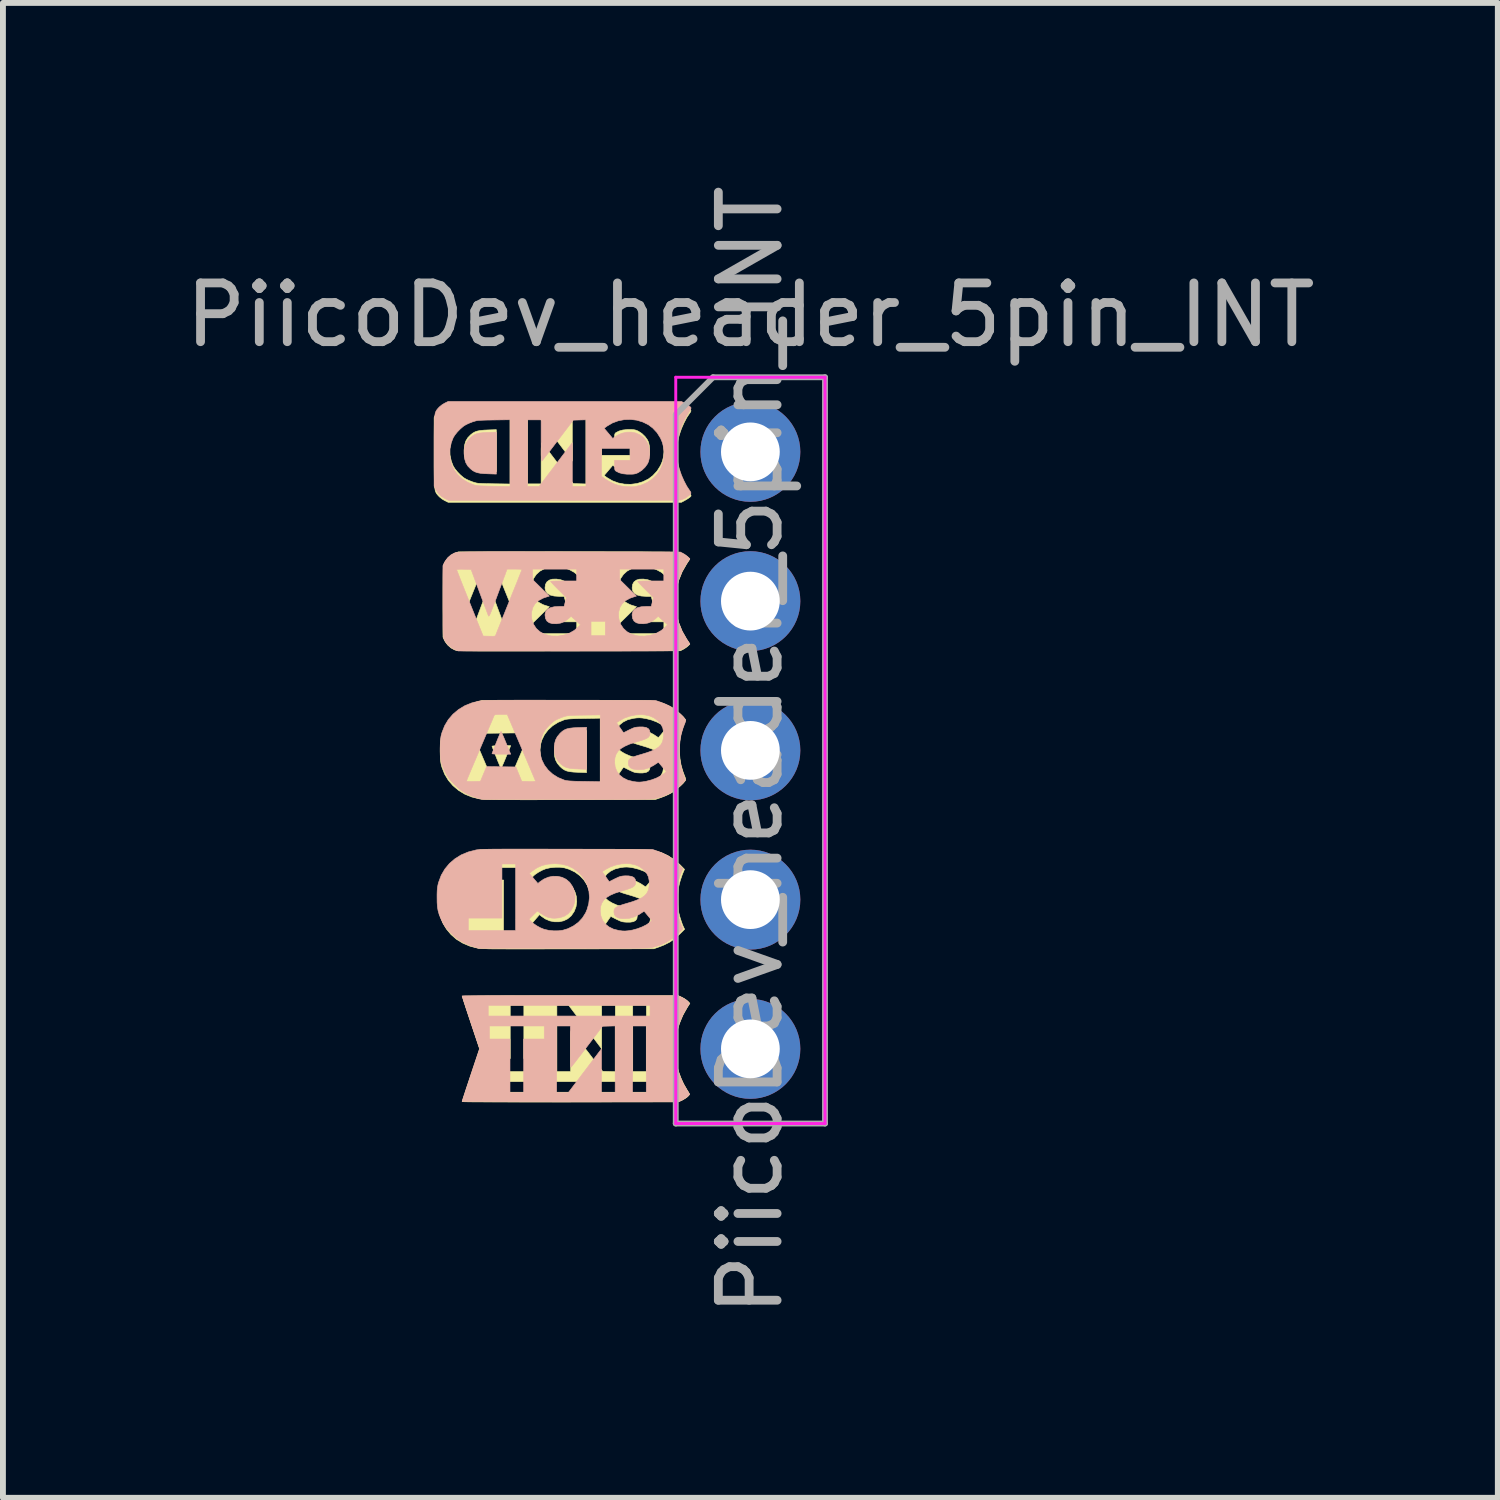
<source format=kicad_pcb>
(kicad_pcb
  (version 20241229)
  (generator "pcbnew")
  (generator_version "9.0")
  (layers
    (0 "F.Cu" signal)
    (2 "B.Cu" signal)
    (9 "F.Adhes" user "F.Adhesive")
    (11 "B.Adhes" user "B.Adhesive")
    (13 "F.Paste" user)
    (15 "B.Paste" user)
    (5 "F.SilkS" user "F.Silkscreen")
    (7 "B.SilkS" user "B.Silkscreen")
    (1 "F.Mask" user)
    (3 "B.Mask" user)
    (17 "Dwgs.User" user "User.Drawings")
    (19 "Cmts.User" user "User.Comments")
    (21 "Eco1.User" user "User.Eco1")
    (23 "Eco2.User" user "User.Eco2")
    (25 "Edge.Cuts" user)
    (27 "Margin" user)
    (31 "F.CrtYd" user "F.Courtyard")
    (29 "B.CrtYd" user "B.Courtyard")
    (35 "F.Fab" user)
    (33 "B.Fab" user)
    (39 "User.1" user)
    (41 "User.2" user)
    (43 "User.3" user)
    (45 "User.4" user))
  (footprint "PiicoDev_header_5pin_INT"
    (layer "F.Cu")
    (at 9.72 4.64)
    (property "Reference" "PiicoDev_header_5pin_INT" (at 0 -2.33 0) (layer "F.Fab") (effects (font (size 1 1) (thickness 0.15))))
    (attr through_hole)
    (fp_poly (pts (xy -4.468 0.331) (xy -4.547 0.327) (xy -4.609 0.32) (xy -4.658 0.309) (xy -4.699 0.292) (xy -4.734 0.269) (xy -4.77 0.237) (xy -4.774 0.233) (xy -4.821 0.178) (xy -4.852 0.119) (xy -4.868 0.053) (xy -4.872 -0.026) (xy -4.871 -0.042) (xy -4.862 -0.121) (xy -4.842 -0.186) (xy -4.808 -0.242) (xy -4.762 -0.289) (xy -4.726 -0.318) (xy -4.689 -0.339) (xy -4.647 -0.354) (xy -4.596 -0.364) (xy -4.532 -0.37) (xy -4.468 -0.373) (xy -4.323 -0.378) (xy -4.323 0.336) (xy -4.468 0.331)) (stroke (width 0.01) (type solid)) (fill yes) (layer "F.SilkS"))
    (fp_poly (pts (xy -2.933 5.453) (xy -3.012 5.449) (xy -3.074 5.442) (xy -3.123 5.431) (xy -3.163 5.414) (xy -3.199 5.391) (xy -3.235 5.359) (xy -3.239 5.355) (xy -3.285 5.3) (xy -3.316 5.241) (xy -3.333 5.175) (xy -3.336 5.096) (xy -3.336 5.079) (xy -3.327 5) (xy -3.307 4.936) (xy -3.273 4.88) (xy -3.227 4.833) (xy -3.191 4.804) (xy -3.154 4.783) (xy -3.112 4.768) (xy -3.061 4.758) (xy -2.997 4.752) (xy -2.933 4.749) (xy -2.788 4.743) (xy -2.788 5.458) (xy -2.933 5.453)) (stroke (width 0.01) (type solid)) (fill yes) (layer "F.SilkS"))
    (fp_poly (pts (xy -4.249 5.378) (xy -4.261 5.351) (xy -4.277 5.312) (xy -4.297 5.265) (xy -4.318 5.212) (xy -4.339 5.159) (xy -4.359 5.109) (xy -4.376 5.065) (xy -4.389 5.032) (xy -4.396 5.012) (xy -4.397 5.009) (xy -4.387 5.006) (xy -4.36 5.003) (xy -4.318 5.001) (xy -4.267 5) (xy -4.238 5) (xy -4.079 5) (xy -4.093 5.034) (xy -4.133 5.132) (xy -4.166 5.211) (xy -4.192 5.274) (xy -4.213 5.322) (xy -4.227 5.355) (xy -4.237 5.377) (xy -4.242 5.388) (xy -4.244 5.389) (xy -4.249 5.378)) (stroke (width 0.01) (type solid)) (fill yes) (layer "F.SilkS"))
    (fp_poly (pts (xy -3.807 11.064) (xy -3.973 11.064) (xy -4.129 11.064) (xy -4.274 11.063) (xy -4.406 11.063) (xy -4.526 11.063) (xy -4.631 11.062) (xy -4.72 11.062) (xy -4.793 11.061) (xy -4.848 11.06) (xy -4.885 11.059) (xy -4.902 11.059) (xy -4.903 11.058) (xy -4.899 11.047) (xy -4.89 11.017) (xy -4.876 10.972) (xy -4.856 10.913) (xy -4.833 10.842) (xy -4.806 10.761) (xy -4.777 10.672) (xy -4.754 10.606) (xy -4.606 10.161) (xy -4.754 9.716) (xy -4.785 9.624) (xy -4.814 9.537) (xy -4.84 9.459) (xy -4.862 9.391) (xy -4.88 9.336) (xy -4.893 9.294) (xy -4.901 9.27) (xy -4.903 9.264) (xy -4.892 9.263) (xy -4.862 9.262) (xy -4.812 9.261) (xy -4.745 9.26) (xy -4.66 9.26) (xy -4.56 9.259) (xy -4.445 9.258) (xy -4.317 9.258) (xy -4.176 9.257) (xy -4.023 9.257) (xy -3.86 9.257) (xy -3.688 9.256) (xy -3.507 9.256) (xy -3.319 9.256) (xy -3.125 9.256) (xy -3.063 9.256) (xy -1.224 9.256) (xy -1.165 9.283) (xy -1.125 9.305) (xy -1.086 9.332) (xy -1.068 9.348) (xy -1.03 9.385) (xy -1.075 9.455) (xy -1.15 9.589) (xy -1.209 9.732) (xy -1.253 9.887) (xy -1.256 9.902) (xy -1.267 9.969) (xy -1.274 10.05) (xy -1.277 10.139) (xy -1.276 10.229) (xy -1.271 10.315) (xy -1.262 10.389) (xy -1.257 10.418) (xy -1.224 10.54) (xy -1.222 10.547) (xy -1.769 10.547) (xy -1.769 9.415) (xy -2.002 9.415) (xy -2.298 9.415) (xy -2.531 9.415) (xy -2.531 10.158) (xy -2.813 9.786) (xy -3.095 9.415) (xy -3.293 9.415) (xy -3.293 10.547) (xy -3.505 10.547) (xy -3.505 10.325) (xy -3.855 10.325) (xy -3.855 9.415) (xy -4.087 9.415) (xy -4.087 10.325) (xy -4.437 10.325) (xy -4.437 10.547) (xy -3.505 10.547) (xy -3.293 10.547) (xy -3.06 10.547) (xy -3.06 10.19) (xy -3.06 10.094) (xy -3.06 10.016) (xy -3.059 9.956) (xy -3.058 9.911) (xy -3.057 9.879) (xy -3.055 9.859) (xy -3.052 9.849) (xy -3.048 9.847) (xy -3.045 9.849) (xy -3.035 9.861) (xy -3.014 9.887) (xy -2.984 9.927) (xy -2.944 9.978) (xy -2.898 10.038) (xy -2.846 10.106) (xy -2.791 10.179) (xy -2.772 10.203) (xy -2.514 10.542) (xy -2.406 10.545) (xy -2.298 10.548) (xy -2.298 9.415) (xy -2.002 9.415) (xy -2.002 10.547) (xy -1.769 10.547) (xy -1.222 10.547) (xy -1.181 10.659) (xy -1.13 10.769) (xy -1.074 10.865) (xy -1.071 10.869) (xy -1.054 10.897) (xy -1.705 10.897) (xy -1.705 10.717) (xy -4.458 10.717) (xy -4.458 10.897) (xy -1.705 10.897) (xy -1.054 10.897) (xy -1.053 10.898) (xy -1.041 10.923) (xy -1.038 10.932) (xy -1.047 10.951) (xy -1.072 10.976) (xy -1.109 11.002) (xy -1.153 11.028) (xy -1.165 11.034) (xy -1.224 11.061) (xy -3.063 11.064) (xy -3.259 11.064) (xy -3.449 11.064) (xy -3.632 11.064) (xy -3.807 11.064)) (stroke (width 0.01) (type solid)) (fill yes) (layer "F.SilkS"))
    (fp_poly (pts (xy -5.204 0.828) (xy -5.247 0.802) (xy -5.288 0.769) (xy -5.306 0.751) (xy -5.322 0.733) (xy -5.335 0.717) (xy -5.346 0.7) (xy -5.355 0.682) (xy -5.363 0.659) (xy -5.368 0.631) (xy -5.373 0.595) (xy -5.376 0.551) (xy -5.379 0.495) (xy -5.38 0.427) (xy -5.381 0.344) (xy -5.382 0.245) (xy -5.382 0.129) (xy -5.382 0.01) (xy -5.382 -0.584) (xy -5.349 -0.649) (xy -5.31 -0.71) (xy -5.259 -0.759) (xy -5.191 -0.799) (xy -5.184 -0.802) (xy -5.133 -0.826) (xy -3.179 -0.827) (xy -2.963 -0.828) (xy -2.755 -0.828) (xy -2.556 -0.828) (xy -2.366 -0.827) (xy -2.187 -0.827) (xy -2.02 -0.827) (xy -1.865 -0.826) (xy -1.724 -0.826) (xy -1.596 -0.825) (xy -1.485 -0.824) (xy -1.389 -0.824) (xy -1.311 -0.823) (xy -1.251 -0.822) (xy -1.21 -0.821) (xy -1.188 -0.82) (xy -1.186 -0.82) (xy -1.111 -0.792) (xy -1.047 -0.746) (xy -1.043 -0.743) (xy -1.02 -0.719) (xy -1.011 -0.701) (xy -1.017 -0.681) (xy -1.034 -0.657) (xy -1.083 -0.583) (xy -1.13 -0.493) (xy -1.173 -0.396) (xy -1.207 -0.297) (xy -1.227 -0.222) (xy -1.238 -0.158) (xy -1.245 -0.08) (xy -1.247 -0.014) (xy -1.469 -0.014) (xy -1.474 -0.107) (xy -1.491 -0.194) (xy -1.493 -0.202) (xy -1.534 -0.3) (xy -1.592 -0.386) (xy -1.666 -0.46) (xy -1.753 -0.519) (xy -1.852 -0.563) (xy -1.962 -0.591) (xy -1.967 -0.592) (xy -2.009 -0.594) (xy -2.064 -0.593) (xy -2.118 -0.59) (xy -4.09 -0.59) (xy -4.368 -0.585) (xy -4.457 -0.583) (xy -4.529 -0.581) (xy -4.584 -0.579) (xy -4.627 -0.576) (xy -4.66 -0.572) (xy -4.686 -0.567) (xy -4.704 -0.562) (xy -4.808 -0.519) (xy -4.899 -0.462) (xy -4.977 -0.391) (xy -5.039 -0.31) (xy -5.084 -0.219) (xy -5.105 -0.145) (xy -5.117 -0.044) (xy -5.111 0.06) (xy -5.089 0.16) (xy -5.057 0.242) (xy -5.027 0.289) (xy -4.985 0.341) (xy -4.936 0.391) (xy -4.886 0.434) (xy -4.864 0.449) (xy -4.83 0.468) (xy -4.784 0.489) (xy -4.737 0.507) (xy -4.731 0.51) (xy -4.704 0.518) (xy -4.681 0.525) (xy -4.657 0.531) (xy -4.629 0.535) (xy -4.595 0.537) (xy -4.551 0.539) (xy -4.494 0.541) (xy -4.422 0.542) (xy -4.368 0.543) (xy -4.09 0.547) (xy -4.09 -0.59) (xy -2.118 -0.59) (xy -2.125 -0.589) (xy -2.138 -0.588) (xy -2.798 -0.588) (xy -3.031 -0.588) (xy -3.031 0.156) (xy -3.313 -0.216) (xy -3.595 -0.588) (xy -3.794 -0.588) (xy -3.794 0.545) (xy -3.561 0.545) (xy -3.561 0.188) (xy -3.56 0.091) (xy -3.56 0.014) (xy -3.56 -0.047) (xy -3.558 -0.092) (xy -3.557 -0.123) (xy -3.555 -0.143) (xy -3.552 -0.153) (xy -3.548 -0.155) (xy -3.545 -0.153) (xy -3.536 -0.142) (xy -3.515 -0.115) (xy -3.484 -0.075) (xy -3.444 -0.024) (xy -3.398 0.036) (xy -3.347 0.103) (xy -3.291 0.177) (xy -3.272 0.201) (xy -3.014 0.54) (xy -2.906 0.543) (xy -2.798 0.546) (xy -2.798 -0.588) (xy -2.138 -0.588) (xy -2.184 -0.582) (xy -2.233 -0.573) (xy -2.238 -0.572) (xy -2.319 -0.544) (xy -2.403 -0.503) (xy -2.481 -0.455) (xy -2.483 -0.453) (xy -2.534 -0.416) (xy -2.534 0.058) (xy -2.047 0.058) (xy -2.047 -0.143) (xy -2.311 -0.143) (xy -2.311 -0.227) (xy -2.311 -0.27) (xy -2.308 -0.297) (xy -2.302 -0.314) (xy -2.292 -0.324) (xy -2.287 -0.328) (xy -2.234 -0.355) (xy -2.172 -0.372) (xy -2.096 -0.38) (xy -2.068 -0.38) (xy -2.018 -0.38) (xy -1.982 -0.377) (xy -1.953 -0.371) (xy -1.924 -0.36) (xy -1.907 -0.352) (xy -1.847 -0.313) (xy -1.793 -0.261) (xy -1.751 -0.203) (xy -1.732 -0.161) (xy -1.718 -0.098) (xy -1.714 -0.026) (xy -1.719 0.046) (xy -1.733 0.109) (xy -1.768 0.183) (xy -1.818 0.244) (xy -1.88 0.29) (xy -1.949 0.321) (xy -2.026 0.336) (xy -2.105 0.335) (xy -2.186 0.317) (xy -2.264 0.282) (xy -2.308 0.253) (xy -2.342 0.228) (xy -2.415 0.315) (xy -2.489 0.402) (xy -2.44 0.438) (xy -2.348 0.492) (xy -2.248 0.529) (xy -2.143 0.549) (xy -2.036 0.552) (xy -1.931 0.539) (xy -1.83 0.508) (xy -1.736 0.462) (xy -1.662 0.406) (xy -1.588 0.327) (xy -1.529 0.233) (xy -1.498 0.16) (xy -1.477 0.077) (xy -1.469 -0.014) (xy -1.247 -0.014) (xy -1.247 0.005) (xy -1.246 0.091) (xy -1.241 0.17) (xy -1.232 0.237) (xy -1.229 0.249) (xy -1.198 0.363) (xy -1.155 0.475) (xy -1.106 0.576) (xy -1.091 0.601) (xy -1.058 0.655) (xy -1.035 0.693) (xy -1.02 0.72) (xy -1.012 0.737) (xy -1.01 0.747) (xy -1.012 0.754) (xy -1.018 0.76) (xy -1.023 0.766) (xy -1.042 0.781) (xy -1.073 0.802) (xy -1.107 0.822) (xy -1.173 0.858) (xy -5.143 0.858) (xy -5.204 0.828)) (stroke (width 0.01) (type solid)) (fill yes) (layer "F.SilkS"))
    (fp_poly (pts (xy -3.946 8.46) (xy -4.064 8.46) (xy -4.167 8.459) (xy -4.257 8.459) (xy -4.334 8.458) (xy -4.4 8.458) (xy -4.455 8.457) (xy -4.502 8.455) (xy -4.54 8.454) (xy -4.571 8.453) (xy -4.596 8.451) (xy -4.616 8.449) (xy -4.633 8.447) (xy -4.644 8.445) (xy -4.775 8.411) (xy -4.895 8.36) (xy -5.002 8.295) (xy -5.094 8.214) (xy -5.172 8.121) (xy -5.234 8.015) (xy -5.278 7.897) (xy -5.283 7.882) (xy -5.292 7.841) (xy -5.299 7.799) (xy -5.303 7.751) (xy -5.305 7.691) (xy -5.305 7.641) (xy -5.304 7.551) (xy -5.299 7.477) (xy -5.288 7.413) (xy -5.272 7.353) (xy -5.247 7.29) (xy -5.221 7.233) (xy -5.198 7.188) (xy -5.176 7.152) (xy -5.15 7.118) (xy -5.118 7.081) (xy -5.075 7.036) (xy -5.065 7.026) (xy -5.016 6.978) (xy -4.975 6.942) (xy -4.938 6.914) (xy -4.898 6.89) (xy -4.86 6.869) (xy -4.808 6.844) (xy -4.751 6.82) (xy -4.698 6.801) (xy -4.681 6.796) (xy -4.598 6.773) (xy -3.164 6.771) (xy -2.952 6.77) (xy -2.76 6.77) (xy -2.587 6.77) (xy -2.433 6.77) (xy -2.296 6.771) (xy -2.175 6.771) (xy -2.07 6.771) (xy -1.978 6.772) (xy -1.901 6.773) (xy -1.835 6.774) (xy -1.782 6.775) (xy -1.738 6.776) (xy -1.704 6.778) (xy -1.679 6.78) (xy -1.661 6.782) (xy -1.655 6.783) (xy -1.524 6.818) (xy -1.403 6.872) (xy -1.291 6.945) (xy -1.202 7.022) (xy -1.121 7.104) (xy -1.147 7.164) (xy -1.162 7.202) (xy -1.176 7.244) (xy -1.648 7.244) (xy -1.678 7.218) (xy -1.737 7.175) (xy -1.812 7.136) (xy -1.896 7.104) (xy -1.984 7.081) (xy -1.994 7.079) (xy -2.054 7.069) (xy -2.103 7.065) (xy -2.151 7.067) (xy -2.206 7.074) (xy -2.211 7.075) (xy -2.303 7.098) (xy -2.381 7.136) (xy -2.443 7.186) (xy -2.489 7.248) (xy -2.518 7.322) (xy -2.528 7.405) (xy -2.528 7.411) (xy -2.522 7.479) (xy -2.503 7.538) (xy -2.47 7.59) (xy -2.422 7.635) (xy -2.42 7.636) (xy -2.712 7.636) (xy -2.724 7.53) (xy -2.755 7.424) (xy -2.777 7.374) (xy -2.831 7.288) (xy -2.901 7.213) (xy -2.985 7.151) (xy -3.08 7.105) (xy -3.164 7.079) (xy -3.237 7.069) (xy -3.319 7.069) (xy -3.403 7.077) (xy -3.48 7.094) (xy -3.483 7.095) (xy -3.545 7.12) (xy -3.609 7.155) (xy -3.668 7.195) (xy -3.708 7.232) (xy -3.74 7.265) (xy -3.669 7.336) (xy -3.599 7.406) (xy -3.535 7.362) (xy -3.473 7.323) (xy -3.415 7.298) (xy -3.354 7.286) (xy -3.306 7.283) (xy -3.219 7.291) (xy -3.142 7.317) (xy -3.076 7.36) (xy -3.022 7.42) (xy -2.983 7.494) (xy -2.962 7.566) (xy -2.955 7.654) (xy -2.967 7.74) (xy -2.998 7.821) (xy -3.047 7.893) (xy -3.052 7.898) (xy -3.11 7.947) (xy -3.178 7.98) (xy -3.254 7.997) (xy -3.333 7.997) (xy -3.412 7.982) (xy -3.489 7.949) (xy -3.555 7.904) (xy -3.59 7.875) (xy -3.617 7.908) (xy -3.64 7.934) (xy -3.669 7.968) (xy -3.691 7.994) (xy -3.736 8.047) (xy -3.683 8.089) (xy -3.601 8.144) (xy -3.514 8.181) (xy -3.418 8.204) (xy -3.372 8.207) (xy -3.968 8.207) (xy -3.968 7.074) (xy -4.773 7.074) (xy -4.773 7.286) (xy -4.201 7.286) (xy -4.201 8.207) (xy -3.968 8.207) (xy -3.372 8.207) (xy -3.309 8.212) (xy -3.296 8.212) (xy -3.183 8.203) (xy -3.081 8.176) (xy -2.989 8.132) (xy -2.904 8.068) (xy -2.859 8.022) (xy -2.794 7.936) (xy -2.747 7.841) (xy -2.72 7.741) (xy -2.712 7.636) (xy -2.42 7.636) (xy -2.356 7.675) (xy -2.273 7.712) (xy -2.17 7.745) (xy -2.149 7.751) (xy -2.074 7.773) (xy -2.017 7.793) (xy -1.976 7.812) (xy -1.949 7.832) (xy -1.933 7.856) (xy -1.926 7.883) (xy -1.925 7.902) (xy -1.932 7.945) (xy -1.954 7.975) (xy -1.992 7.995) (xy -2.047 8.004) (xy -2.104 8.004) (xy -2.146 8.001) (xy -2.18 7.996) (xy -2.213 7.985) (xy -2.252 7.967) (xy -2.282 7.953) (xy -2.376 7.905) (xy -2.495 8.076) (xy -2.443 8.11) (xy -2.36 8.155) (xy -2.267 8.188) (xy -2.17 8.208) (xy -2.076 8.214) (xy -2.009 8.208) (xy -1.929 8.19) (xy -1.862 8.161) (xy -1.804 8.12) (xy -1.787 8.106) (xy -1.739 8.05) (xy -1.708 7.988) (xy -1.695 7.917) (xy -1.694 7.858) (xy -1.702 7.796) (xy -1.717 7.744) (xy -1.741 7.7) (xy -1.778 7.662) (xy -1.828 7.628) (xy -1.894 7.596) (xy -1.978 7.566) (xy -2.063 7.54) (xy -2.138 7.518) (xy -2.196 7.499) (xy -2.238 7.481) (xy -2.266 7.463) (xy -2.283 7.444) (xy -2.292 7.421) (xy -2.295 7.394) (xy -2.295 7.388) (xy -2.287 7.343) (xy -2.262 7.31) (xy -2.219 7.288) (xy -2.158 7.277) (xy -2.118 7.275) (xy -2.03 7.282) (xy -1.95 7.305) (xy -1.87 7.346) (xy -1.849 7.36) (xy -1.817 7.381) (xy -1.794 7.396) (xy -1.782 7.402) (xy -1.782 7.402) (xy -1.775 7.395) (xy -1.757 7.374) (xy -1.732 7.345) (xy -1.714 7.323) (xy -1.648 7.244) (xy -1.176 7.244) (xy -1.179 7.252) (xy -1.196 7.305) (xy -1.202 7.327) (xy -1.212 7.368) (xy -1.22 7.404) (xy -1.225 7.441) (xy -1.228 7.483) (xy -1.23 7.536) (xy -1.23 7.605) (xy -1.23 7.609) (xy -1.23 7.698) (xy -1.227 7.77) (xy -1.222 7.824) (xy -1.217 7.847) (xy -1.2 7.914) (xy -1.179 7.979) (xy -1.159 8.037) (xy -1.141 8.081) (xy -1.139 8.083) (xy -1.119 8.124) (xy -1.207 8.211) (xy -1.291 8.287) (xy -1.378 8.346) (xy -1.475 8.394) (xy -1.544 8.421) (xy -1.644 8.456) (xy -3.099 8.459) (xy -3.307 8.459) (xy -3.494 8.459) (xy -3.662 8.46) (xy -3.813 8.46) (xy -3.946 8.46)) (stroke (width 0.01) (type solid)) (fill yes) (layer "F.SilkS"))
    (fp_poly (pts (xy -4.335 3.389) (xy -4.448 3.389) (xy -4.547 3.389) (xy -4.634 3.389) (xy -4.709 3.388) (xy -4.773 3.387) (xy -4.827 3.387) (xy -4.872 3.386) (xy -4.909 3.385) (xy -4.94 3.383) (xy -4.964 3.382) (xy -4.983 3.38) (xy -4.997 3.379) (xy -5.009 3.377) (xy -5.018 3.374) (xy -5.026 3.372) (xy -5.032 3.37) (xy -5.095 3.336) (xy -5.151 3.287) (xy -5.195 3.228) (xy -5.206 3.206) (xy -5.231 3.152) (xy -5.231 2.549) (xy -5.231 2.42) (xy -5.231 2.311) (xy -5.23 2.22) (xy -5.23 2.145) (xy -5.229 2.083) (xy -5.228 2.035) (xy -5.227 1.997) (xy -5.225 1.967) (xy -5.223 1.945) (xy -5.22 1.929) (xy -5.216 1.916) (xy -5.212 1.904) (xy -5.209 1.898) (xy -5.175 1.842) (xy -5.126 1.789) (xy -5.07 1.746) (xy -5.03 1.726) (xy -4.972 1.702) (xy -3.129 1.7) (xy -2.933 1.7) (xy -2.741 1.7) (xy -2.557 1.7) (xy -2.379 1.701) (xy -2.21 1.701) (xy -2.051 1.701) (xy -1.903 1.701) (xy -1.767 1.702) (xy -1.643 1.703) (xy -1.534 1.703) (xy -1.441 1.704) (xy -1.363 1.705) (xy -1.304 1.705) (xy -1.262 1.706) (xy -1.241 1.707) (xy -1.239 1.707) (xy -1.173 1.726) (xy -1.11 1.759) (xy -1.064 1.794) (xy -1.031 1.825) (xy -1.086 1.909) (xy -1.162 2.042) (xy -1.204 2.147) (xy -1.409 2.147) (xy -1.444 2.111) (xy -1.516 2.049) (xy -1.602 2.002) (xy -1.697 1.97) (xy -1.797 1.954) (xy -1.899 1.957) (xy -1.934 1.962) (xy -2.023 1.988) (xy -2.098 2.029) (xy -2.159 2.084) (xy -2.205 2.151) (xy -2.224 2.205) (xy -2.468 2.205) (xy -2.468 1.961) (xy -2.711 1.961) (xy -2.711 2.147) (xy -2.892 2.147) (xy -2.926 2.111) (xy -2.999 2.049) (xy -3.084 2.002) (xy -3.179 1.97) (xy -3.279 1.954) (xy -3.381 1.957) (xy -3.416 1.962) (xy -3.505 1.988) (xy -3.58 2.029) (xy -3.642 2.084) (xy -3.687 2.151) (xy -3.716 2.23) (xy -3.724 2.282) (xy -3.723 2.366) (xy -3.702 2.44) (xy -3.664 2.504) (xy -3.608 2.557) (xy -3.536 2.597) (xy -3.501 2.61) (xy -3.421 2.635) (xy -3.707 2.916) (xy -3.707 3.088) (xy -3.886 3.088) (xy -3.89 3.078) (xy -3.901 3.049) (xy -3.919 3.005) (xy -3.942 2.946) (xy -3.971 2.875) (xy -4.003 2.793) (xy -4.04 2.703) (xy -4.079 2.605) (xy -4.103 2.544) (xy -4.144 2.442) (xy -4.183 2.346) (xy -4.219 2.256) (xy -4.252 2.176) (xy -4.279 2.107) (xy -4.302 2.05) (xy -4.319 2.009) (xy -4.329 1.984) (xy -4.331 1.978) (xy -4.336 1.965) (xy -4.344 1.957) (xy -4.359 1.953) (xy -4.384 1.952) (xy -4.424 1.952) (xy -4.444 1.953) (xy -4.547 1.956) (xy -4.773 2.516) (xy -4.814 2.619) (xy -4.853 2.717) (xy -4.889 2.806) (xy -4.921 2.887) (xy -4.948 2.956) (xy -4.97 3.012) (xy -4.987 3.054) (xy -4.996 3.079) (xy -4.998 3.086) (xy -4.988 3.089) (xy -4.961 3.091) (xy -4.922 3.092) (xy -4.875 3.092) (xy -4.752 3.089) (xy -4.611 2.708) (xy -4.579 2.622) (xy -4.548 2.541) (xy -4.521 2.468) (xy -4.498 2.405) (xy -4.478 2.355) (xy -4.465 2.319) (xy -4.458 2.301) (xy -4.457 2.3) (xy -4.454 2.295) (xy -4.449 2.295) (xy -4.442 2.303) (xy -4.433 2.319) (xy -4.421 2.347) (xy -4.405 2.387) (xy -4.384 2.441) (xy -4.357 2.511) (xy -4.324 2.598) (xy -4.309 2.639) (xy -4.277 2.724) (xy -4.247 2.805) (xy -4.22 2.878) (xy -4.196 2.942) (xy -4.177 2.994) (xy -4.163 3.03) (xy -4.156 3.049) (xy -4.139 3.094) (xy -4.013 3.094) (xy -3.964 3.094) (xy -3.924 3.093) (xy -3.897 3.091) (xy -3.886 3.088) (xy -3.886 3.088) (xy -3.707 3.088) (xy -3.707 3.094) (xy -2.955 3.094) (xy -2.955 2.893) (xy -3.177 2.893) (xy -3.243 2.893) (xy -3.301 2.892) (xy -3.349 2.89) (xy -3.382 2.888) (xy -3.398 2.886) (xy -3.399 2.885) (xy -3.392 2.876) (xy -3.373 2.854) (xy -3.342 2.822) (xy -3.305 2.783) (xy -3.266 2.743) (xy -3.132 2.609) (xy -3.15 2.534) (xy -3.169 2.459) (xy -3.256 2.459) (xy -3.34 2.453) (xy -3.405 2.437) (xy -3.453 2.409) (xy -3.483 2.37) (xy -3.495 2.321) (xy -3.495 2.313) (xy -3.487 2.255) (xy -3.462 2.212) (xy -3.422 2.182) (xy -3.367 2.166) (xy -3.299 2.165) (xy -3.225 2.177) (xy -3.16 2.203) (xy -3.099 2.248) (xy -3.092 2.254) (xy -3.051 2.291) (xy -2.971 2.219) (xy -2.892 2.147) (xy -2.711 2.147) (xy -2.711 2.205) (xy -2.468 2.205) (xy -2.224 2.205) (xy -2.233 2.23) (xy -2.242 2.282) (xy -2.24 2.366) (xy -2.22 2.44) (xy -2.182 2.504) (xy -2.126 2.557) (xy -2.054 2.597) (xy -2.019 2.61) (xy -1.938 2.635) (xy -2.081 2.776) (xy -2.224 2.916) (xy -2.224 3.094) (xy -1.472 3.094) (xy -1.472 2.893) (xy -1.695 2.893) (xy -1.761 2.893) (xy -1.819 2.892) (xy -1.866 2.89) (xy -1.9 2.888) (xy -1.916 2.886) (xy -1.917 2.885) (xy -1.91 2.876) (xy -1.89 2.854) (xy -1.86 2.822) (xy -1.822 2.783) (xy -1.783 2.743) (xy -1.65 2.609) (xy -1.668 2.534) (xy -1.687 2.459) (xy -1.773 2.459) (xy -1.857 2.453) (xy -1.923 2.437) (xy -1.971 2.409) (xy -2.001 2.37) (xy -2.012 2.321) (xy -2.012 2.313) (xy -2.004 2.255) (xy -1.98 2.212) (xy -1.94 2.182) (xy -1.885 2.166) (xy -1.817 2.165) (xy -1.743 2.177) (xy -1.678 2.203) (xy -1.617 2.248) (xy -1.61 2.254) (xy -1.568 2.291) (xy -1.489 2.219) (xy -1.409 2.147) (xy -1.204 2.147) (xy -1.219 2.183) (xy -1.256 2.329) (xy -1.275 2.477) (xy -1.275 2.626) (xy -1.256 2.775) (xy -1.217 2.92) (xy -1.16 3.059) (xy -1.085 3.191) (xy -1.077 3.202) (xy -1.03 3.272) (xy -1.063 3.304) (xy -1.094 3.329) (xy -1.131 3.353) (xy -1.144 3.36) (xy -1.192 3.385) (xy -3.084 3.388) (xy -3.319 3.388) (xy -3.533 3.389) (xy -3.728 3.389) (xy -3.905 3.389) (xy -4.065 3.389) (xy -4.208 3.389) (xy -4.335 3.389)) (stroke (width 0.01) (type solid)) (fill yes) (layer "F.SilkS"))
    (fp_poly (pts (xy -3.917 5.92) (xy -4.036 5.919) (xy -4.139 5.919) (xy -4.229 5.919) (xy -4.307 5.918) (xy -4.373 5.917) (xy -4.429 5.916) (xy -4.475 5.915) (xy -4.514 5.914) (xy -4.545 5.912) (xy -4.57 5.91) (xy -4.59 5.908) (xy -4.606 5.906) (xy -4.61 5.906) (xy -4.741 5.873) (xy -4.86 5.825) (xy -4.967 5.76) (xy -5.061 5.681) (xy -5.14 5.589) (xy -5.203 5.484) (xy -5.249 5.367) (xy -5.256 5.342) (xy -5.266 5.301) (xy -5.272 5.259) (xy -5.276 5.211) (xy -5.278 5.151) (xy -5.279 5.101) (xy -5.277 5.011) (xy -5.272 4.937) (xy -5.262 4.873) (xy -5.245 4.813) (xy -5.221 4.75) (xy -5.194 4.693) (xy -5.171 4.648) (xy -5.149 4.612) (xy -5.124 4.578) (xy -5.092 4.541) (xy -5.048 4.496) (xy -5.038 4.486) (xy -4.989 4.438) (xy -4.949 4.402) (xy -4.911 4.374) (xy -4.872 4.35) (xy -4.834 4.329) (xy -4.781 4.304) (xy -4.724 4.28) (xy -4.672 4.261) (xy -4.654 4.256) (xy -4.572 4.233) (xy -3.137 4.231) (xy -2.926 4.23) (xy -2.735 4.23) (xy -2.563 4.23) (xy -2.409 4.23) (xy -2.273 4.231) (xy -2.153 4.231) (xy -2.048 4.231) (xy -1.957 4.232) (xy -1.88 4.233) (xy -1.815 4.234) (xy -1.761 4.235) (xy -1.717 4.236) (xy -1.682 4.238) (xy -1.656 4.24) (xy -1.637 4.241) (xy -1.628 4.243) (xy -1.498 4.277) (xy -1.379 4.329) (xy -1.27 4.399) (xy -1.234 4.427) (xy -1.198 4.46) (xy -1.164 4.492) (xy -1.138 4.519) (xy -1.134 4.524) (xy -1.104 4.561) (xy -1.142 4.665) (xy -1.154 4.704) (xy -1.431 4.704) (xy -1.461 4.678) (xy -1.52 4.635) (xy -1.595 4.596) (xy -1.679 4.564) (xy -1.767 4.541) (xy -1.777 4.539) (xy -1.837 4.529) (xy -1.886 4.525) (xy -1.934 4.527) (xy -1.973 4.532) (xy -2.555 4.532) (xy -2.833 4.537) (xy -2.922 4.538) (xy -2.993 4.54) (xy -3.049 4.543) (xy -3.067 4.544) (xy -3.658 4.544) (xy -3.666 4.539) (xy -3.695 4.536) (xy -3.743 4.536) (xy -3.772 4.536) (xy -3.891 4.539) (xy -3.941 4.661) (xy -3.991 4.783) (xy -4.489 4.789) (xy -4.594 4.539) (xy -4.714 4.536) (xy -4.765 4.535) (xy -4.8 4.536) (xy -4.819 4.538) (xy -4.828 4.542) (xy -4.829 4.549) (xy -4.828 4.552) (xy -4.823 4.565) (xy -4.811 4.596) (xy -4.791 4.643) (xy -4.766 4.703) (xy -4.735 4.776) (xy -4.7 4.859) (xy -4.661 4.95) (xy -4.62 5.048) (xy -4.593 5.111) (xy -4.55 5.212) (xy -4.509 5.308) (xy -4.472 5.395) (xy -4.439 5.474) (xy -4.41 5.541) (xy -4.387 5.596) (xy -4.37 5.636) (xy -4.36 5.659) (xy -4.358 5.664) (xy -4.347 5.671) (xy -4.32 5.675) (xy -4.276 5.677) (xy -4.245 5.677) (xy -4.138 5.677) (xy -3.899 5.116) (xy -3.856 5.013) (xy -3.814 4.916) (xy -3.776 4.826) (xy -3.742 4.746) (xy -3.713 4.676) (xy -3.689 4.62) (xy -3.671 4.578) (xy -3.661 4.552) (xy -3.658 4.544) (xy -3.067 4.544) (xy -3.092 4.546) (xy -3.125 4.55) (xy -3.151 4.555) (xy -3.169 4.56) (xy -3.273 4.603) (xy -3.364 4.66) (xy -3.442 4.731) (xy -3.504 4.812) (xy -3.549 4.903) (xy -3.57 4.977) (xy -3.582 5.078) (xy -3.576 5.182) (xy -3.554 5.282) (xy -3.522 5.364) (xy -3.492 5.411) (xy -3.449 5.463) (xy -3.401 5.513) (xy -3.351 5.555) (xy -3.329 5.571) (xy -3.295 5.59) (xy -3.249 5.61) (xy -3.201 5.629) (xy -3.195 5.631) (xy -3.169 5.64) (xy -3.145 5.647) (xy -3.122 5.652) (xy -3.094 5.656) (xy -3.06 5.659) (xy -3.016 5.661) (xy -2.959 5.663) (xy -2.886 5.664) (xy -2.833 5.665) (xy -2.555 5.669) (xy -2.555 4.532) (xy -1.973 4.532) (xy -1.989 4.534) (xy -1.994 4.535) (xy -2.086 4.558) (xy -2.163 4.596) (xy -2.226 4.646) (xy -2.272 4.708) (xy -2.301 4.782) (xy -2.311 4.865) (xy -2.311 4.871) (xy -2.305 4.939) (xy -2.286 4.998) (xy -2.253 5.05) (xy -2.205 5.095) (xy -2.139 5.135) (xy -2.056 5.172) (xy -1.952 5.205) (xy -1.932 5.211) (xy -1.857 5.233) (xy -1.8 5.253) (xy -1.759 5.272) (xy -1.732 5.292) (xy -1.716 5.316) (xy -1.709 5.343) (xy -1.708 5.362) (xy -1.715 5.405) (xy -1.737 5.435) (xy -1.775 5.455) (xy -1.83 5.464) (xy -1.886 5.464) (xy -1.929 5.461) (xy -1.963 5.456) (xy -1.996 5.445) (xy -2.035 5.427) (xy -2.065 5.413) (xy -2.159 5.365) (xy -2.278 5.536) (xy -2.225 5.57) (xy -2.143 5.615) (xy -2.05 5.648) (xy -1.953 5.668) (xy -1.858 5.674) (xy -1.792 5.668) (xy -1.712 5.65) (xy -1.645 5.621) (xy -1.587 5.58) (xy -1.57 5.566) (xy -1.522 5.51) (xy -1.491 5.448) (xy -1.478 5.377) (xy -1.477 5.318) (xy -1.484 5.256) (xy -1.499 5.204) (xy -1.524 5.16) (xy -1.561 5.122) (xy -1.611 5.088) (xy -1.677 5.056) (xy -1.761 5.026) (xy -1.846 5) (xy -1.921 4.978) (xy -1.979 4.959) (xy -2.021 4.941) (xy -2.049 4.923) (xy -2.066 4.904) (xy -2.075 4.881) (xy -2.078 4.854) (xy -2.078 4.848) (xy -2.07 4.803) (xy -2.045 4.77) (xy -2.002 4.748) (xy -1.941 4.737) (xy -1.9 4.735) (xy -1.813 4.742) (xy -1.733 4.765) (xy -1.653 4.806) (xy -1.631 4.82) (xy -1.6 4.841) (xy -1.576 4.856) (xy -1.565 4.862) (xy -1.565 4.862) (xy -1.558 4.855) (xy -1.54 4.834) (xy -1.515 4.805) (xy -1.497 4.783) (xy -1.431 4.704) (xy -1.154 4.704) (xy -1.175 4.771) (xy -1.196 4.871) (xy -1.207 4.974) (xy -1.208 5.087) (xy -1.207 5.106) (xy -1.198 5.223) (xy -1.18 5.329) (xy -1.151 5.431) (xy -1.125 5.501) (xy -1.11 5.539) (xy -1.102 5.563) (xy -1.101 5.579) (xy -1.107 5.592) (xy -1.115 5.604) (xy -1.144 5.639) (xy -1.186 5.68) (xy -1.236 5.723) (xy -1.287 5.764) (xy -1.334 5.797) (xy -1.345 5.803) (xy -1.389 5.827) (xy -1.443 5.852) (xy -1.499 5.874) (xy -1.517 5.881) (xy -1.618 5.916) (xy -3.067 5.919) (xy -3.275 5.919) (xy -3.463 5.919) (xy -3.632 5.92) (xy -3.783 5.92) (xy -3.917 5.92)) (stroke (width 0.01) (type solid)) (fill yes) (layer "F.SilkS"))
    (fp_poly (pts (xy -4.468 -0.331) (xy -4.547 -0.327) (xy -4.609 -0.32) (xy -4.658 -0.309) (xy -4.699 -0.292) (xy -4.734 -0.269) (xy -4.77 -0.237) (xy -4.774 -0.233) (xy -4.821 -0.178) (xy -4.852 -0.119) (xy -4.868 -0.053) (xy -4.872 0.026) (xy -4.871 0.042) (xy -4.862 0.121) (xy -4.842 0.186) (xy -4.808 0.242) (xy -4.762 0.289) (xy -4.726 0.318) (xy -4.689 0.339) (xy -4.647 0.354) (xy -4.596 0.364) (xy -4.532 0.37) (xy -4.468 0.373) (xy -4.323 0.378) (xy -4.323 -0.336) (xy -4.468 -0.331)) (stroke (width 0.01) (type solid)) (fill yes) (layer "B.SilkS"))
    (fp_poly (pts (xy -2.933 4.692) (xy -3.012 4.696) (xy -3.074 4.703) (xy -3.123 4.714) (xy -3.163 4.731) (xy -3.199 4.754) (xy -3.235 4.786) (xy -3.239 4.79) (xy -3.285 4.845) (xy -3.316 4.904) (xy -3.333 4.97) (xy -3.336 5.049) (xy -3.336 5.066) (xy -3.327 5.145) (xy -3.307 5.209) (xy -3.273 5.265) (xy -3.227 5.312) (xy -3.191 5.341) (xy -3.154 5.362) (xy -3.112 5.377) (xy -3.061 5.387) (xy -2.997 5.393) (xy -2.933 5.396) (xy -2.788 5.402) (xy -2.788 4.687) (xy -2.933 4.692)) (stroke (width 0.01) (type solid)) (fill yes) (layer "B.SilkS"))
    (fp_poly (pts (xy -4.249 4.767) (xy -4.261 4.794) (xy -4.277 4.833) (xy -4.297 4.88) (xy -4.318 4.933) (xy -4.339 4.986) (xy -4.359 5.036) (xy -4.376 5.08) (xy -4.389 5.113) (xy -4.396 5.133) (xy -4.397 5.136) (xy -4.387 5.139) (xy -4.36 5.142) (xy -4.318 5.144) (xy -4.267 5.145) (xy -4.238 5.145) (xy -4.079 5.145) (xy -4.093 5.111) (xy -4.133 5.013) (xy -4.166 4.934) (xy -4.192 4.871) (xy -4.213 4.823) (xy -4.227 4.79) (xy -4.237 4.768) (xy -4.242 4.757) (xy -4.244 4.756) (xy -4.249 4.767)) (stroke (width 0.01) (type solid)) (fill yes) (layer "B.SilkS"))
    (fp_poly (pts (xy -3.81 9.253) (xy -3.976 9.253) (xy -4.132 9.254) (xy -4.277 9.254) (xy -4.409 9.254) (xy -4.529 9.255) (xy -4.634 9.255) (xy -4.723 9.256) (xy -4.796 9.257) (xy -4.851 9.257) (xy -4.888 9.258) (xy -4.905 9.259) (xy -4.906 9.259) (xy -4.903 9.271) (xy -4.893 9.3) (xy -4.879 9.345) (xy -4.859 9.405) (xy -4.836 9.476) (xy -4.809 9.557) (xy -4.78 9.645) (xy -4.758 9.712) (xy -4.609 10.156) (xy -4.758 10.601) (xy -4.788 10.694) (xy -4.817 10.78) (xy -4.843 10.858) (xy -4.865 10.926) (xy -4.883 10.982) (xy -4.897 11.023) (xy -4.904 11.048) (xy -4.906 11.054) (xy -4.895 11.055) (xy -4.865 11.055) (xy -4.815 11.056) (xy -4.748 11.057) (xy -4.664 11.058) (xy -4.563 11.058) (xy -4.449 11.059) (xy -4.32 11.06) (xy -4.179 11.06) (xy -4.026 11.06) (xy -3.863 11.061) (xy -3.691 11.061) (xy -3.51 11.061) (xy -3.322 11.062) (xy -3.129 11.062) (xy -3.066 11.062) (xy -1.227 11.061) (xy -1.168 11.035) (xy -1.128 11.012) (xy -1.089 10.985) (xy -1.071 10.97) (xy -1.033 10.932) (xy -1.078 10.862) (xy -1.154 10.728) (xy -1.213 10.585) (xy -1.256 10.43) (xy -1.26 10.416) (xy -1.27 10.349) (xy -1.277 10.268) (xy -1.28 10.179) (xy -1.279 10.088) (xy -1.274 10.003) (xy -1.265 9.929) (xy -1.26 9.899) (xy -1.228 9.778) (xy -1.225 9.77) (xy -1.772 9.77) (xy -1.772 10.903) (xy -2.005 10.903) (xy -2.301 10.903) (xy -2.534 10.903) (xy -2.534 10.159) (xy -2.816 10.531) (xy -3.098 10.903) (xy -3.297 10.903) (xy -3.297 9.77) (xy -3.508 9.77) (xy -3.508 9.992) (xy -3.858 9.992) (xy -3.858 10.903) (xy -4.091 10.903) (xy -4.091 9.992) (xy -4.44 9.992) (xy -4.44 9.77) (xy -3.508 9.77) (xy -3.297 9.77) (xy -3.064 9.77) (xy -3.064 10.127) (xy -3.064 10.224) (xy -3.063 10.302) (xy -3.063 10.362) (xy -3.061 10.407) (xy -3.06 10.438) (xy -3.058 10.458) (xy -3.055 10.468) (xy -3.051 10.471) (xy -3.048 10.468) (xy -3.039 10.457) (xy -3.018 10.43) (xy -2.987 10.391) (xy -2.948 10.34) (xy -2.901 10.279) (xy -2.85 10.212) (xy -2.794 10.139) (xy -2.775 10.114) (xy -2.517 9.775) (xy -2.409 9.772) (xy -2.301 9.769) (xy -2.301 10.903) (xy -2.005 10.903) (xy -2.005 9.77) (xy -1.772 9.77) (xy -1.225 9.77) (xy -1.185 9.659) (xy -1.133 9.548) (xy -1.077 9.452) (xy -1.074 9.448) (xy -1.057 9.421) (xy -1.708 9.421) (xy -1.708 9.601) (xy -4.461 9.601) (xy -4.461 9.421) (xy -1.708 9.421) (xy -1.057 9.421) (xy -1.056 9.419) (xy -1.044 9.395) (xy -1.041 9.385) (xy -1.05 9.366) (xy -1.075 9.342) (xy -1.112 9.315) (xy -1.156 9.29) (xy -1.168 9.284) (xy -1.227 9.256) (xy -3.066 9.254) (xy -3.262 9.253) (xy -3.452 9.253) (xy -3.635 9.253) (xy -3.81 9.253)) (stroke (width 0.01) (type solid)) (fill yes) (layer "B.SilkS"))
    (fp_poly (pts (xy -5.204 -0.828) (xy -5.247 -0.802) (xy -5.288 -0.769) (xy -5.306 -0.751) (xy -5.322 -0.733) (xy -5.335 -0.717) (xy -5.346 -0.7) (xy -5.355 -0.682) (xy -5.363 -0.659) (xy -5.368 -0.631) (xy -5.373 -0.595) (xy -5.376 -0.551) (xy -5.379 -0.495) (xy -5.38 -0.427) (xy -5.381 -0.344) (xy -5.382 -0.245) (xy -5.382 -0.129) (xy -5.382 -0.01) (xy -5.382 0.584) (xy -5.349 0.649) (xy -5.31 0.71) (xy -5.259 0.759) (xy -5.191 0.799) (xy -5.184 0.802) (xy -5.133 0.826) (xy -3.179 0.827) (xy -2.963 0.828) (xy -2.755 0.828) (xy -2.556 0.828) (xy -2.366 0.827) (xy -2.187 0.827) (xy -2.02 0.827) (xy -1.865 0.826) (xy -1.724 0.826) (xy -1.596 0.825) (xy -1.485 0.824) (xy -1.389 0.824) (xy -1.311 0.823) (xy -1.251 0.822) (xy -1.21 0.821) (xy -1.188 0.82) (xy -1.186 0.82) (xy -1.111 0.792) (xy -1.047 0.746) (xy -1.043 0.743) (xy -1.02 0.719) (xy -1.011 0.701) (xy -1.017 0.681) (xy -1.034 0.657) (xy -1.083 0.583) (xy -1.13 0.493) (xy -1.173 0.396) (xy -1.207 0.297) (xy -1.227 0.222) (xy -1.238 0.158) (xy -1.245 0.08) (xy -1.247 0.014) (xy -1.469 0.014) (xy -1.474 0.107) (xy -1.491 0.194) (xy -1.493 0.202) (xy -1.534 0.3) (xy -1.592 0.386) (xy -1.666 0.46) (xy -1.753 0.519) (xy -1.852 0.563) (xy -1.962 0.591) (xy -1.967 0.592) (xy -2.009 0.594) (xy -2.064 0.593) (xy -2.118 0.59) (xy -4.09 0.59) (xy -4.368 0.585) (xy -4.457 0.583) (xy -4.529 0.581) (xy -4.584 0.579) (xy -4.627 0.576) (xy -4.66 0.572) (xy -4.686 0.567) (xy -4.704 0.562) (xy -4.808 0.519) (xy -4.899 0.462) (xy -4.977 0.391) (xy -5.039 0.31) (xy -5.084 0.219) (xy -5.105 0.145) (xy -5.117 0.044) (xy -5.111 -0.06) (xy -5.089 -0.16) (xy -5.057 -0.242) (xy -5.027 -0.289) (xy -4.985 -0.341) (xy -4.936 -0.391) (xy -4.886 -0.434) (xy -4.864 -0.449) (xy -4.83 -0.468) (xy -4.784 -0.489) (xy -4.737 -0.507) (xy -4.731 -0.51) (xy -4.704 -0.518) (xy -4.681 -0.525) (xy -4.657 -0.531) (xy -4.629 -0.535) (xy -4.595 -0.537) (xy -4.551 -0.539) (xy -4.494 -0.541) (xy -4.422 -0.542) (xy -4.368 -0.543) (xy -4.09 -0.547) (xy -4.09 0.59) (xy -2.118 0.59) (xy -2.125 0.589) (xy -2.138 0.588) (xy -2.798 0.588) (xy -3.031 0.588) (xy -3.031 -0.156) (xy -3.313 0.216) (xy -3.595 0.588) (xy -3.794 0.588) (xy -3.794 -0.545) (xy -3.561 -0.545) (xy -3.561 -0.188) (xy -3.56 -0.091) (xy -3.56 -0.014) (xy -3.56 0.047) (xy -3.558 0.092) (xy -3.557 0.123) (xy -3.555 0.143) (xy -3.552 0.153) (xy -3.548 0.155) (xy -3.545 0.153) (xy -3.536 0.142) (xy -3.515 0.115) (xy -3.484 0.075) (xy -3.444 0.024) (xy -3.398 -0.036) (xy -3.347 -0.103) (xy -3.291 -0.177) (xy -3.272 -0.201) (xy -3.014 -0.54) (xy -2.906 -0.543) (xy -2.798 -0.546) (xy -2.798 0.588) (xy -2.138 0.588) (xy -2.184 0.582) (xy -2.233 0.573) (xy -2.238 0.572) (xy -2.319 0.544) (xy -2.403 0.503) (xy -2.481 0.455) (xy -2.483 0.453) (xy -2.534 0.416) (xy -2.534 -0.058) (xy -2.047 -0.058) (xy -2.047 0.143) (xy -2.311 0.143) (xy -2.311 0.227) (xy -2.311 0.27) (xy -2.308 0.297) (xy -2.302 0.314) (xy -2.292 0.324) (xy -2.287 0.328) (xy -2.234 0.355) (xy -2.172 0.372) (xy -2.096 0.38) (xy -2.068 0.38) (xy -2.018 0.38) (xy -1.982 0.377) (xy -1.953 0.371) (xy -1.924 0.36) (xy -1.907 0.352) (xy -1.847 0.313) (xy -1.793 0.261) (xy -1.751 0.203) (xy -1.732 0.161) (xy -1.718 0.098) (xy -1.714 0.026) (xy -1.719 -0.046) (xy -1.733 -0.109) (xy -1.768 -0.183) (xy -1.818 -0.244) (xy -1.88 -0.29) (xy -1.949 -0.321) (xy -2.026 -0.336) (xy -2.105 -0.335) (xy -2.186 -0.317) (xy -2.264 -0.282) (xy -2.308 -0.253) (xy -2.342 -0.228) (xy -2.415 -0.315) (xy -2.489 -0.402) (xy -2.44 -0.438) (xy -2.348 -0.492) (xy -2.248 -0.529) (xy -2.143 -0.549) (xy -2.036 -0.552) (xy -1.931 -0.539) (xy -1.83 -0.508) (xy -1.736 -0.462) (xy -1.662 -0.406) (xy -1.588 -0.327) (xy -1.529 -0.233) (xy -1.498 -0.16) (xy -1.477 -0.077) (xy -1.469 0.014) (xy -1.247 0.014) (xy -1.247 -0.005) (xy -1.246 -0.091) (xy -1.241 -0.17) (xy -1.232 -0.237) (xy -1.229 -0.249) (xy -1.198 -0.363) (xy -1.155 -0.475) (xy -1.106 -0.576) (xy -1.091 -0.601) (xy -1.058 -0.655) (xy -1.035 -0.693) (xy -1.02 -0.72) (xy -1.012 -0.737) (xy -1.01 -0.747) (xy -1.012 -0.754) (xy -1.018 -0.76) (xy -1.023 -0.766) (xy -1.042 -0.781) (xy -1.073 -0.802) (xy -1.107 -0.822) (xy -1.173 -0.858) (xy -5.143 -0.858) (xy -5.204 -0.828)) (stroke (width 0.01) (type solid)) (fill yes) (layer "B.SilkS"))
    (fp_poly (pts (xy -3.973 6.76) (xy -4.091 6.76) (xy -4.194 6.76) (xy -4.284 6.761) (xy -4.361 6.761) (xy -4.427 6.762) (xy -4.482 6.763) (xy -4.528 6.764) (xy -4.567 6.766) (xy -4.598 6.767) (xy -4.623 6.769) (xy -4.643 6.771) (xy -4.66 6.773) (xy -4.671 6.775) (xy -4.802 6.809) (xy -4.922 6.859) (xy -5.028 6.925) (xy -5.121 7.005) (xy -5.199 7.099) (xy -5.261 7.205) (xy -5.305 7.323) (xy -5.31 7.338) (xy -5.319 7.379) (xy -5.326 7.42) (xy -5.33 7.469) (xy -5.332 7.529) (xy -5.332 7.579) (xy -5.331 7.668) (xy -5.326 7.742) (xy -5.315 7.807) (xy -5.298 7.867) (xy -5.274 7.929) (xy -5.247 7.987) (xy -5.225 8.031) (xy -5.202 8.068) (xy -5.177 8.102) (xy -5.145 8.139) (xy -5.102 8.184) (xy -5.092 8.194) (xy -5.043 8.242) (xy -5.002 8.277) (xy -4.965 8.306) (xy -4.925 8.33) (xy -4.887 8.35) (xy -4.835 8.375) (xy -4.777 8.399) (xy -4.725 8.418) (xy -4.707 8.424) (xy -4.625 8.447) (xy -3.19 8.449) (xy -2.978 8.449) (xy -2.787 8.45) (xy -2.614 8.45) (xy -2.46 8.449) (xy -2.323 8.449) (xy -2.202 8.449) (xy -2.096 8.448) (xy -2.005 8.448) (xy -1.928 8.447) (xy -1.862 8.446) (xy -1.808 8.445) (xy -1.765 8.443) (xy -1.731 8.442) (xy -1.706 8.44) (xy -1.688 8.438) (xy -1.682 8.437) (xy -1.551 8.402) (xy -1.43 8.348) (xy -1.317 8.275) (xy -1.229 8.197) (xy -1.147 8.116) (xy -1.174 8.056) (xy -1.189 8.018) (xy -1.203 7.976) (xy -1.675 7.976) (xy -1.705 8.002) (xy -1.764 8.045) (xy -1.839 8.083) (xy -1.923 8.115) (xy -2.011 8.139) (xy -2.02 8.14) (xy -2.081 8.15) (xy -2.13 8.154) (xy -2.178 8.153) (xy -2.233 8.146) (xy -2.238 8.145) (xy -2.33 8.122) (xy -2.407 8.084) (xy -2.47 8.034) (xy -2.516 7.971) (xy -2.544 7.898) (xy -2.555 7.814) (xy -2.555 7.809) (xy -2.549 7.741) (xy -2.53 7.682) (xy -2.497 7.63) (xy -2.449 7.585) (xy -2.447 7.583) (xy -2.739 7.583) (xy -2.751 7.69) (xy -2.782 7.796) (xy -2.804 7.846) (xy -2.858 7.932) (xy -2.928 8.007) (xy -3.012 8.068) (xy -3.107 8.115) (xy -3.19 8.14) (xy -3.263 8.15) (xy -3.346 8.151) (xy -3.43 8.143) (xy -3.506 8.126) (xy -3.51 8.125) (xy -3.572 8.1) (xy -3.636 8.065) (xy -3.695 8.024) (xy -3.735 7.988) (xy -3.767 7.954) (xy -3.696 7.884) (xy -3.626 7.814) (xy -3.562 7.858) (xy -3.499 7.897) (xy -3.442 7.922) (xy -3.381 7.934) (xy -3.333 7.937) (xy -3.246 7.929) (xy -3.168 7.903) (xy -3.102 7.86) (xy -3.049 7.8) (xy -3.01 7.726) (xy -2.989 7.654) (xy -2.982 7.566) (xy -2.994 7.48) (xy -3.025 7.399) (xy -3.074 7.327) (xy -3.079 7.322) (xy -3.137 7.273) (xy -3.205 7.24) (xy -3.281 7.223) (xy -3.36 7.222) (xy -3.439 7.238) (xy -3.516 7.271) (xy -3.582 7.316) (xy -3.616 7.345) (xy -3.644 7.312) (xy -3.667 7.286) (xy -3.695 7.252) (xy -3.718 7.226) (xy -3.763 7.173) (xy -3.71 7.131) (xy -3.628 7.076) (xy -3.541 7.038) (xy -3.445 7.016) (xy -3.399 7.013) (xy -3.995 7.013) (xy -3.995 8.146) (xy -4.8 8.146) (xy -4.8 7.934) (xy -4.228 7.934) (xy -4.228 7.013) (xy -3.995 7.013) (xy -3.399 7.013) (xy -3.336 7.008) (xy -3.323 7.008) (xy -3.21 7.017) (xy -3.108 7.043) (xy -3.015 7.088) (xy -2.931 7.152) (xy -2.885 7.198) (xy -2.82 7.284) (xy -2.774 7.378) (xy -2.747 7.479) (xy -2.739 7.583) (xy -2.447 7.583) (xy -2.383 7.544) (xy -2.3 7.508) (xy -2.196 7.475) (xy -2.176 7.469) (xy -2.101 7.447) (xy -2.044 7.427) (xy -2.003 7.408) (xy -1.976 7.387) (xy -1.96 7.364) (xy -1.953 7.336) (xy -1.952 7.318) (xy -1.959 7.275) (xy -1.981 7.244) (xy -2.019 7.225) (xy -2.074 7.216) (xy -2.13 7.215) (xy -2.173 7.218) (xy -2.207 7.224) (xy -2.24 7.235) (xy -2.279 7.253) (xy -2.309 7.267) (xy -2.403 7.315) (xy -2.522 7.144) (xy -2.469 7.109) (xy -2.386 7.065) (xy -2.294 7.032) (xy -2.197 7.012) (xy -2.102 7.006) (xy -2.036 7.011) (xy -1.955 7.03) (xy -1.889 7.058) (xy -1.831 7.1) (xy -1.814 7.114) (xy -1.766 7.17) (xy -1.735 7.232) (xy -1.721 7.303) (xy -1.721 7.362) (xy -1.728 7.423) (xy -1.743 7.475) (xy -1.768 7.52) (xy -1.805 7.558) (xy -1.855 7.592) (xy -1.921 7.623) (xy -2.004 7.654) (xy -2.09 7.68) (xy -2.165 7.702) (xy -2.223 7.721) (xy -2.265 7.739) (xy -2.293 7.757) (xy -2.31 7.776) (xy -2.319 7.798) (xy -2.322 7.826) (xy -2.322 7.832) (xy -2.314 7.876) (xy -2.288 7.91) (xy -2.246 7.932) (xy -2.185 7.943) (xy -2.144 7.944) (xy -2.057 7.937) (xy -1.977 7.914) (xy -1.897 7.874) (xy -1.875 7.86) (xy -1.844 7.839) (xy -1.82 7.824) (xy -1.809 7.817) (xy -1.809 7.817) (xy -1.801 7.825) (xy -1.784 7.845) (xy -1.759 7.875) (xy -1.741 7.897) (xy -1.675 7.976) (xy -1.203 7.976) (xy -1.206 7.968) (xy -1.222 7.915) (xy -1.228 7.893) (xy -1.239 7.852) (xy -1.247 7.816) (xy -1.252 7.779) (xy -1.255 7.736) (xy -1.257 7.683) (xy -1.257 7.614) (xy -1.257 7.611) (xy -1.257 7.522) (xy -1.254 7.45) (xy -1.248 7.396) (xy -1.244 7.373) (xy -1.226 7.306) (xy -1.206 7.241) (xy -1.186 7.183) (xy -1.167 7.139) (xy -1.166 7.136) (xy -1.146 7.096) (xy -1.234 7.008) (xy -1.318 6.933) (xy -1.405 6.873) (xy -1.501 6.825) (xy -1.57 6.799) (xy -1.671 6.764) (xy -3.126 6.761) (xy -3.334 6.761) (xy -3.521 6.76) (xy -3.689 6.76) (xy -3.84 6.76) (xy -3.973 6.76)) (stroke (width 0.01) (type solid)) (fill yes) (layer "B.SilkS"))
    (fp_poly (pts (xy -4.336 1.7) (xy -4.449 1.7) (xy -4.548 1.701) (xy -4.635 1.701) (xy -4.71 1.702) (xy -4.774 1.702) (xy -4.828 1.703) (xy -4.873 1.704) (xy -4.91 1.705) (xy -4.94 1.706) (xy -4.965 1.708) (xy -4.984 1.709) (xy -4.998 1.711) (xy -5.01 1.713) (xy -5.019 1.715) (xy -5.027 1.718) (xy -5.033 1.72) (xy -5.095 1.753) (xy -5.151 1.802) (xy -5.195 1.862) (xy -5.207 1.883) (xy -5.232 1.937) (xy -5.232 2.541) (xy -5.232 2.669) (xy -5.231 2.778) (xy -5.231 2.869) (xy -5.231 2.945) (xy -5.23 3.006) (xy -5.229 3.055) (xy -5.228 3.093) (xy -5.226 3.122) (xy -5.223 3.144) (xy -5.22 3.161) (xy -5.217 3.174) (xy -5.213 3.185) (xy -5.21 3.192) (xy -5.176 3.248) (xy -5.127 3.301) (xy -5.071 3.344) (xy -5.031 3.364) (xy -4.973 3.388) (xy -3.13 3.389) (xy -2.934 3.389) (xy -2.742 3.389) (xy -2.557 3.389) (xy -2.38 3.389) (xy -2.211 3.389) (xy -2.052 3.389) (xy -1.904 3.388) (xy -1.767 3.388) (xy -1.644 3.387) (xy -1.535 3.386) (xy -1.441 3.386) (xy -1.364 3.385) (xy -1.304 3.384) (xy -1.263 3.384) (xy -1.242 3.383) (xy -1.239 3.382) (xy -1.174 3.363) (xy -1.11 3.331) (xy -1.065 3.296) (xy -1.032 3.265) (xy -1.087 3.181) (xy -1.163 3.047) (xy -1.205 2.942) (xy -1.41 2.942) (xy -1.444 2.978) (xy -1.517 3.04) (xy -1.603 3.088) (xy -1.698 3.12) (xy -1.798 3.135) (xy -1.899 3.133) (xy -1.935 3.127) (xy -2.023 3.102) (xy -2.099 3.061) (xy -2.16 3.006) (xy -2.206 2.938) (xy -2.225 2.885) (xy -2.469 2.885) (xy -2.469 3.128) (xy -2.712 3.128) (xy -2.712 2.942) (xy -2.892 2.942) (xy -2.927 2.978) (xy -3 3.04) (xy -3.085 3.088) (xy -3.18 3.12) (xy -3.28 3.135) (xy -3.382 3.133) (xy -3.417 3.127) (xy -3.506 3.102) (xy -3.581 3.061) (xy -3.643 3.006) (xy -3.688 2.938) (xy -3.717 2.859) (xy -3.725 2.808) (xy -3.723 2.724) (xy -3.703 2.65) (xy -3.665 2.585) (xy -3.609 2.533) (xy -3.537 2.493) (xy -3.502 2.48) (xy -3.421 2.454) (xy -3.707 2.173) (xy -3.707 2.001) (xy -3.887 2.001) (xy -3.891 2.012) (xy -3.902 2.04) (xy -3.92 2.085) (xy -3.943 2.143) (xy -3.971 2.215) (xy -4.004 2.296) (xy -4.041 2.387) (xy -4.08 2.485) (xy -4.104 2.545) (xy -4.145 2.647) (xy -4.184 2.744) (xy -4.22 2.833) (xy -4.252 2.913) (xy -4.28 2.983) (xy -4.303 3.039) (xy -4.319 3.081) (xy -4.329 3.106) (xy -4.332 3.112) (xy -4.337 3.125) (xy -4.345 3.133) (xy -4.359 3.137) (xy -4.384 3.138) (xy -4.425 3.137) (xy -4.445 3.137) (xy -4.548 3.134) (xy -4.774 2.573) (xy -4.815 2.47) (xy -4.854 2.373) (xy -4.89 2.283) (xy -4.922 2.203) (xy -4.949 2.134) (xy -4.971 2.077) (xy -4.987 2.036) (xy -4.997 2.011) (xy -4.999 2.004) (xy -4.989 2.001) (xy -4.962 1.998) (xy -4.922 1.997) (xy -4.876 1.998) (xy -4.753 2.001) (xy -4.611 2.382) (xy -4.579 2.468) (xy -4.549 2.549) (xy -4.522 2.622) (xy -4.498 2.684) (xy -4.479 2.735) (xy -4.466 2.77) (xy -4.458 2.788) (xy -4.458 2.79) (xy -4.454 2.795) (xy -4.45 2.794) (xy -4.443 2.787) (xy -4.434 2.77) (xy -4.422 2.743) (xy -4.406 2.703) (xy -4.385 2.649) (xy -4.358 2.579) (xy -4.325 2.492) (xy -4.31 2.451) (xy -4.278 2.365) (xy -4.248 2.285) (xy -4.22 2.211) (xy -4.197 2.147) (xy -4.177 2.096) (xy -4.164 2.059) (xy -4.157 2.04) (xy -4.14 1.995) (xy -4.013 1.995) (xy -3.965 1.996) (xy -3.925 1.997) (xy -3.897 1.999) (xy -3.887 2.001) (xy -3.887 2.001) (xy -3.707 2.001) (xy -3.707 1.995) (xy -2.956 1.995) (xy -2.956 2.197) (xy -3.178 2.197) (xy -3.244 2.197) (xy -3.302 2.198) (xy -3.35 2.199) (xy -3.383 2.201) (xy -3.399 2.204) (xy -3.4 2.204) (xy -3.393 2.214) (xy -3.373 2.236) (xy -3.343 2.268) (xy -3.305 2.307) (xy -3.266 2.346) (xy -3.133 2.48) (xy -3.151 2.555) (xy -3.17 2.631) (xy -3.257 2.631) (xy -3.34 2.636) (xy -3.406 2.653) (xy -3.454 2.68) (xy -3.484 2.719) (xy -3.495 2.769) (xy -3.495 2.777) (xy -3.487 2.834) (xy -3.463 2.878) (xy -3.423 2.908) (xy -3.368 2.923) (xy -3.3 2.925) (xy -3.226 2.913) (xy -3.161 2.886) (xy -3.1 2.842) (xy -3.093 2.836) (xy -3.051 2.798) (xy -2.972 2.87) (xy -2.892 2.942) (xy -2.712 2.942) (xy -2.712 2.885) (xy -2.469 2.885) (xy -2.225 2.885) (xy -2.234 2.859) (xy -2.243 2.808) (xy -2.241 2.724) (xy -2.221 2.65) (xy -2.182 2.585) (xy -2.127 2.533) (xy -2.055 2.493) (xy -2.02 2.48) (xy -1.939 2.454) (xy -2.082 2.314) (xy -2.225 2.173) (xy -2.225 1.995) (xy -1.473 1.995) (xy -1.473 2.197) (xy -1.696 2.197) (xy -1.762 2.197) (xy -1.82 2.198) (xy -1.867 2.199) (xy -1.901 2.201) (xy -1.917 2.204) (xy -1.918 2.204) (xy -1.911 2.214) (xy -1.891 2.236) (xy -1.861 2.268) (xy -1.823 2.307) (xy -1.784 2.346) (xy -1.65 2.48) (xy -1.669 2.555) (xy -1.687 2.631) (xy -1.774 2.631) (xy -1.858 2.636) (xy -1.924 2.653) (xy -1.972 2.68) (xy -2.001 2.719) (xy -2.013 2.769) (xy -2.013 2.777) (xy -2.005 2.834) (xy -1.981 2.878) (xy -1.941 2.908) (xy -1.885 2.923) (xy -1.817 2.925) (xy -1.743 2.913) (xy -1.679 2.886) (xy -1.617 2.842) (xy -1.611 2.836) (xy -1.569 2.798) (xy -1.49 2.87) (xy -1.41 2.942) (xy -1.205 2.942) (xy -1.219 2.907) (xy -1.257 2.761) (xy -1.276 2.612) (xy -1.275 2.463) (xy -1.256 2.315) (xy -1.218 2.17) (xy -1.161 2.03) (xy -1.085 1.898) (xy -1.078 1.887) (xy -1.03 1.818) (xy -1.064 1.786) (xy -1.095 1.761) (xy -1.132 1.736) (xy -1.145 1.729) (xy -1.193 1.704) (xy -3.085 1.702) (xy -3.319 1.701) (xy -3.534 1.701) (xy -3.729 1.701) (xy -3.906 1.7) (xy -4.065 1.7) (xy -4.208 1.7) (xy -4.336 1.7)) (stroke (width 0.01) (type solid)) (fill yes) (layer "B.SilkS"))
    (fp_poly (pts (xy -3.917 4.225) (xy -4.036 4.226) (xy -4.139 4.226) (xy -4.229 4.226) (xy -4.307 4.227) (xy -4.373 4.228) (xy -4.429 4.229) (xy -4.475 4.23) (xy -4.514 4.231) (xy -4.545 4.233) (xy -4.57 4.235) (xy -4.59 4.237) (xy -4.606 4.239) (xy -4.61 4.239) (xy -4.741 4.272) (xy -4.86 4.32) (xy -4.967 4.385) (xy -5.061 4.464) (xy -5.14 4.556) (xy -5.203 4.661) (xy -5.249 4.778) (xy -5.256 4.803) (xy -5.266 4.844) (xy -5.272 4.886) (xy -5.276 4.934) (xy -5.278 4.994) (xy -5.279 5.044) (xy -5.277 5.134) (xy -5.272 5.208) (xy -5.262 5.272) (xy -5.245 5.332) (xy -5.221 5.395) (xy -5.194 5.452) (xy -5.171 5.497) (xy -5.149 5.533) (xy -5.124 5.567) (xy -5.092 5.604) (xy -5.048 5.649) (xy -5.038 5.659) (xy -4.989 5.707) (xy -4.949 5.743) (xy -4.911 5.771) (xy -4.872 5.795) (xy -4.834 5.816) (xy -4.781 5.841) (xy -4.724 5.865) (xy -4.672 5.884) (xy -4.654 5.889) (xy -4.572 5.912) (xy -3.137 5.914) (xy -2.926 5.915) (xy -2.735 5.915) (xy -2.563 5.915) (xy -2.409 5.915) (xy -2.273 5.914) (xy -2.153 5.914) (xy -2.048 5.914) (xy -1.957 5.913) (xy -1.88 5.912) (xy -1.815 5.911) (xy -1.761 5.91) (xy -1.717 5.909) (xy -1.682 5.907) (xy -1.656 5.905) (xy -1.637 5.904) (xy -1.628 5.902) (xy -1.498 5.868) (xy -1.379 5.816) (xy -1.27 5.746) (xy -1.234 5.718) (xy -1.198 5.685) (xy -1.164 5.653) (xy -1.138 5.626) (xy -1.134 5.621) (xy -1.104 5.584) (xy -1.142 5.48) (xy -1.154 5.441) (xy -1.431 5.441) (xy -1.461 5.467) (xy -1.52 5.51) (xy -1.595 5.549) (xy -1.679 5.581) (xy -1.767 5.604) (xy -1.777 5.606) (xy -1.837 5.616) (xy -1.886 5.62) (xy -1.934 5.618) (xy -1.973 5.613) (xy -2.555 5.613) (xy -2.833 5.608) (xy -2.922 5.607) (xy -2.993 5.605) (xy -3.049 5.602) (xy -3.067 5.601) (xy -3.658 5.601) (xy -3.666 5.606) (xy -3.695 5.609) (xy -3.743 5.609) (xy -3.772 5.609) (xy -3.891 5.606) (xy -3.941 5.484) (xy -3.991 5.362) (xy -4.489 5.356) (xy -4.594 5.606) (xy -4.714 5.609) (xy -4.765 5.61) (xy -4.8 5.609) (xy -4.819 5.607) (xy -4.828 5.603) (xy -4.829 5.596) (xy -4.828 5.593) (xy -4.823 5.58) (xy -4.811 5.549) (xy -4.791 5.502) (xy -4.766 5.442) (xy -4.735 5.369) (xy -4.7 5.286) (xy -4.661 5.195) (xy -4.62 5.097) (xy -4.593 5.034) (xy -4.55 4.933) (xy -4.509 4.837) (xy -4.472 4.75) (xy -4.439 4.671) (xy -4.41 4.604) (xy -4.387 4.549) (xy -4.37 4.509) (xy -4.36 4.486) (xy -4.358 4.481) (xy -4.347 4.474) (xy -4.32 4.47) (xy -4.276 4.468) (xy -4.245 4.468) (xy -4.138 4.468) (xy -3.899 5.029) (xy -3.856 5.132) (xy -3.814 5.229) (xy -3.776 5.319) (xy -3.742 5.399) (xy -3.713 5.469) (xy -3.689 5.525) (xy -3.671 5.567) (xy -3.661 5.593) (xy -3.658 5.601) (xy -3.067 5.601) (xy -3.092 5.599) (xy -3.125 5.595) (xy -3.151 5.59) (xy -3.169 5.585) (xy -3.273 5.542) (xy -3.364 5.485) (xy -3.442 5.414) (xy -3.504 5.333) (xy -3.549 5.242) (xy -3.57 5.168) (xy -3.582 5.067) (xy -3.576 4.963) (xy -3.554 4.863) (xy -3.522 4.781) (xy -3.492 4.734) (xy -3.449 4.682) (xy -3.401 4.632) (xy -3.351 4.59) (xy -3.329 4.574) (xy -3.295 4.555) (xy -3.249 4.535) (xy -3.201 4.516) (xy -3.195 4.514) (xy -3.169 4.505) (xy -3.145 4.498) (xy -3.122 4.493) (xy -3.094 4.489) (xy -3.06 4.486) (xy -3.016 4.484) (xy -2.959 4.482) (xy -2.886 4.481) (xy -2.833 4.48) (xy -2.555 4.476) (xy -2.555 5.613) (xy -1.973 5.613) (xy -1.989 5.611) (xy -1.994 5.61) (xy -2.086 5.587) (xy -2.163 5.549) (xy -2.226 5.499) (xy -2.272 5.437) (xy -2.301 5.363) (xy -2.311 5.28) (xy -2.311 5.274) (xy -2.305 5.206) (xy -2.286 5.147) (xy -2.253 5.095) (xy -2.205 5.05) (xy -2.139 5.01) (xy -2.056 4.973) (xy -1.952 4.94) (xy -1.932 4.934) (xy -1.857 4.912) (xy -1.8 4.892) (xy -1.759 4.873) (xy -1.732 4.853) (xy -1.716 4.829) (xy -1.709 4.802) (xy -1.708 4.783) (xy -1.715 4.74) (xy -1.737 4.71) (xy -1.775 4.69) (xy -1.83 4.681) (xy -1.886 4.681) (xy -1.929 4.684) (xy -1.963 4.689) (xy -1.996 4.7) (xy -2.035 4.718) (xy -2.065 4.732) (xy -2.159 4.78) (xy -2.278 4.609) (xy -2.225 4.575) (xy -2.143 4.53) (xy -2.05 4.497) (xy -1.953 4.477) (xy -1.858 4.471) (xy -1.792 4.477) (xy -1.712 4.495) (xy -1.645 4.524) (xy -1.587 4.565) (xy -1.57 4.579) (xy -1.522 4.635) (xy -1.491 4.697) (xy -1.478 4.768) (xy -1.477 4.827) (xy -1.484 4.889) (xy -1.499 4.941) (xy -1.524 4.985) (xy -1.561 5.023) (xy -1.611 5.057) (xy -1.677 5.089) (xy -1.761 5.119) (xy -1.846 5.145) (xy -1.921 5.167) (xy -1.979 5.186) (xy -2.021 5.204) (xy -2.049 5.222) (xy -2.066 5.241) (xy -2.075 5.264) (xy -2.078 5.291) (xy -2.078 5.297) (xy -2.07 5.342) (xy -2.045 5.375) (xy -2.002 5.397) (xy -1.941 5.408) (xy -1.9 5.41) (xy -1.813 5.403) (xy -1.733 5.38) (xy -1.653 5.339) (xy -1.631 5.325) (xy -1.6 5.304) (xy -1.576 5.289) (xy -1.565 5.283) (xy -1.565 5.283) (xy -1.558 5.29) (xy -1.54 5.311) (xy -1.515 5.34) (xy -1.497 5.362) (xy -1.431 5.441) (xy -1.154 5.441) (xy -1.175 5.374) (xy -1.196 5.274) (xy -1.207 5.171) (xy -1.208 5.058) (xy -1.207 5.039) (xy -1.198 4.922) (xy -1.18 4.816) (xy -1.151 4.714) (xy -1.125 4.644) (xy -1.11 4.606) (xy -1.102 4.582) (xy -1.101 4.566) (xy -1.107 4.553) (xy -1.115 4.541) (xy -1.144 4.506) (xy -1.186 4.465) (xy -1.236 4.422) (xy -1.287 4.381) (xy -1.334 4.348) (xy -1.345 4.342) (xy -1.389 4.318) (xy -1.443 4.293) (xy -1.499 4.271) (xy -1.517 4.264) (xy -1.618 4.229) (xy -3.067 4.226) (xy -3.275 4.226) (xy -3.463 4.226) (xy -3.632 4.225) (xy -3.783 4.225) (xy -3.917 4.225)) (stroke (width 0.01) (type solid)) (fill yes) (layer "B.SilkS"))
    (fp_line (start -1.27 -1.27) (end -1.27 11.43) (stroke (width 0.05) (type solid)) (layer "F.CrtYd"))
    (fp_line (start -1.27 11.43) (end 1.27 11.43) (stroke (width 0.05) (type solid)) (layer "F.CrtYd"))
    (fp_line (start 1.27 -1.27) (end -1.27 -1.27) (stroke (width 0.05) (type solid)) (layer "F.CrtYd"))
    (fp_line (start 1.27 -1.27) (end 1.27 11.43) (stroke (width 0.05) (type solid)) (layer "F.CrtYd"))
    (fp_line (start -1.27 -0.635) (end -0.635 -1.27) (stroke (width 0.1) (type solid)) (layer "F.Fab"))
    (fp_line (start -1.27 11.43) (end -1.27 -0.635) (stroke (width 0.1) (type solid)) (layer "F.Fab"))
    (fp_line (start -0.635 -1.27) (end 1.27 -1.27) (stroke (width 0.1) (type solid)) (layer "F.Fab"))
    (fp_line (start 1.27 -1.27) (end 1.27 11.43) (stroke (width 0.1) (type solid)) (layer "F.Fab"))
    (fp_line (start 1.27 11.43) (end -1.27 11.43) (stroke (width 0.1) (type solid)) (layer "F.Fab"))
    (fp_text user "${REFERENCE}" (at 0 5.08 90) (layer "F.Fab") (effects (font (size 1 1) (thickness 0.15))))
    (pad "1" thru_hole circle (at 0 0) (size 1.7 1.7) (drill 1) (layers "*.Cu" "*.Mask"))
    (pad "2" thru_hole oval (at 0 2.54) (size 1.7 1.7) (drill 1) (layers "*.Cu" "*.Mask"))
    (pad "3" thru_hole oval (at 0 5.08) (size 1.7 1.7) (drill 1) (layers "*.Cu" "*.Mask"))
    (pad "4" thru_hole oval (at 0 7.62) (size 1.7 1.7) (drill 1) (layers "*.Cu" "*.Mask"))
    (pad "5" thru_hole oval (at 0 10.16) (size 1.7 1.7) (drill 1) (layers "*.Cu" "*.Mask")))
  (gr_rect
    (start -3 -3)
    (end 22.44 22.44)
    (stroke (width 0.1) (type default))
    (fill no)
    (layer "Edge.Cuts")))
</source>
